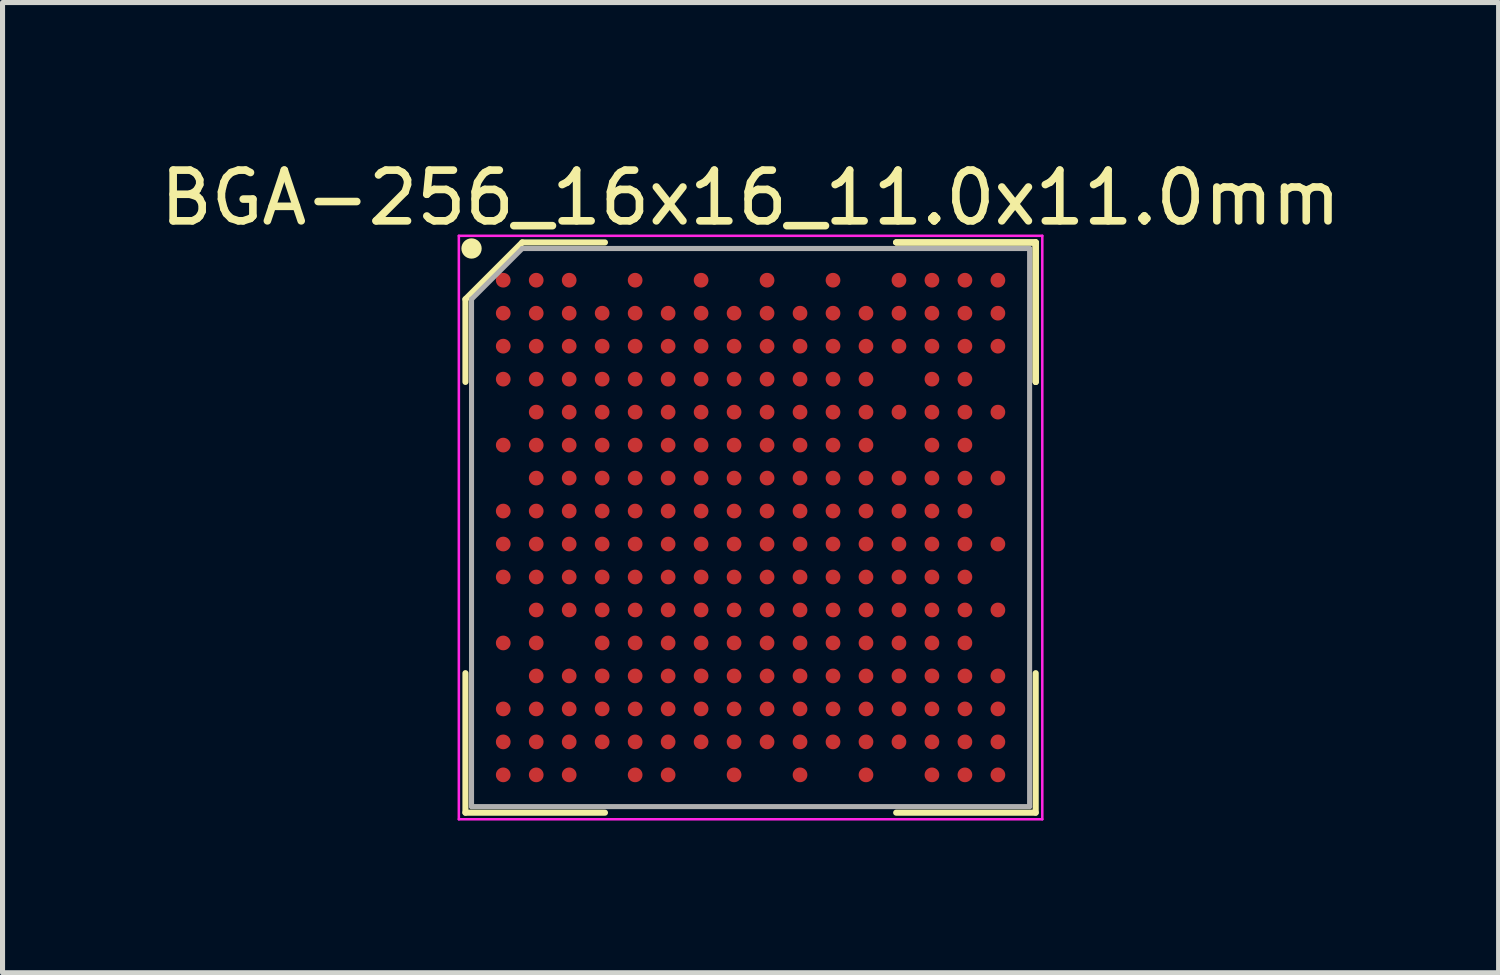
<source format=kicad_pcb>
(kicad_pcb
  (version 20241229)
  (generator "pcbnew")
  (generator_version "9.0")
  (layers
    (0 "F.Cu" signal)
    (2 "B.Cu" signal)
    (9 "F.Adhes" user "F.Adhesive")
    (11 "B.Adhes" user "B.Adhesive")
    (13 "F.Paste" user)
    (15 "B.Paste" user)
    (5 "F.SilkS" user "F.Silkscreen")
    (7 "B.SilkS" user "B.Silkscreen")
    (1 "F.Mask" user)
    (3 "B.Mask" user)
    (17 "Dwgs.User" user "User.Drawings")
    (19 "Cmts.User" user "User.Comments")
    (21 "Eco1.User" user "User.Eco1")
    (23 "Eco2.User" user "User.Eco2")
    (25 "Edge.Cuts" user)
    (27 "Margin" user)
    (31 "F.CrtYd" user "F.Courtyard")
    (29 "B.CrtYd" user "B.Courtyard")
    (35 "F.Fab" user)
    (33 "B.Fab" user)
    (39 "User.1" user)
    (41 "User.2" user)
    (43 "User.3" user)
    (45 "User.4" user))
  (footprint "BGA-256_16x16_11.0x11.0mm"
    (layer "F.Cu")
    (at 11.744 7.348)
    (property "Reference" "BGA-256_16x16_11.0x11.0mm" (at 0 -6.5 0) (layer "F.SilkS") (effects (font (size 1 1) (thickness 0.15))))
    (attr smd)
    (fp_line (start -5.62 -4.5) (end -5.62 -2.87) (stroke (width 0.12) (type solid)) (layer "F.SilkS"))
    (fp_line (start -5.62 5.62) (end -5.62 2.87) (stroke (width 0.12) (type solid)) (layer "F.SilkS"))
    (fp_line (start -4.5 -5.62) (end -5.62 -4.5) (stroke (width 0.12) (type solid)) (layer "F.SilkS"))
    (fp_line (start -2.87 -5.62) (end -4.5 -5.62) (stroke (width 0.12) (type solid)) (layer "F.SilkS"))
    (fp_line (start -2.87 5.62) (end -5.62 5.62) (stroke (width 0.12) (type solid)) (layer "F.SilkS"))
    (fp_line (start 2.87 -5.62) (end 5.62 -5.62) (stroke (width 0.12) (type solid)) (layer "F.SilkS"))
    (fp_line (start 2.87 -5.62) (end 5.62 -5.62) (stroke (width 0.12) (type solid)) (layer "F.SilkS"))
    (fp_line (start 2.87 -5.62) (end 5.62 -5.62) (stroke (width 0.12) (type solid)) (layer "F.SilkS"))
    (fp_line (start 2.87 5.62) (end 5.62 5.62) (stroke (width 0.12) (type solid)) (layer "F.SilkS"))
    (fp_line (start 5.62 -5.62) (end 5.62 -2.87) (stroke (width 0.12) (type solid)) (layer "F.SilkS"))
    (fp_line (start 5.62 -5.62) (end 5.62 -2.87) (stroke (width 0.12) (type solid)) (layer "F.SilkS"))
    (fp_line (start 5.62 -5.62) (end 5.62 -2.87) (stroke (width 0.12) (type solid)) (layer "F.SilkS"))
    (fp_line (start 5.62 5.62) (end 5.62 2.87) (stroke (width 0.12) (type solid)) (layer "F.SilkS"))
    (fp_circle (center -5.5 -5.5) (end -5.5 -5.4) (stroke (width 0.2) (type solid)) (fill no) (layer "F.SilkS"))
    (fp_line (start -5.75 -5.75) (end 5.75 -5.75) (stroke (width 0.05) (type solid)) (layer "F.CrtYd"))
    (fp_line (start -5.75 5.75) (end -5.75 -5.75) (stroke (width 0.05) (type solid)) (layer "F.CrtYd"))
    (fp_line (start 5.75 -5.75) (end 5.75 5.75) (stroke (width 0.05) (type solid)) (layer "F.CrtYd"))
    (fp_line (start 5.75 5.75) (end -5.75 5.75) (stroke (width 0.05) (type solid)) (layer "F.CrtYd"))
    (fp_line (start -5.5 -4.5) (end -5.5 5.5) (stroke (width 0.1) (type solid)) (layer "F.Fab"))
    (fp_line (start -5.5 5.5) (end 5.5 5.5) (stroke (width 0.1) (type solid)) (layer "F.Fab"))
    (fp_line (start -4.5 -5.5) (end -5.5 -4.5) (stroke (width 0.1) (type solid)) (layer "F.Fab"))
    (fp_line (start 5.5 -5.5) (end -4.5 -5.5) (stroke (width 0.1) (type solid)) (layer "F.Fab"))
    (fp_line (start 5.5 5.5) (end 5.5 -5.5) (stroke (width 0.1) (type solid)) (layer "F.Fab"))
    (pad "A1" smd circle (at -4.875 -4.875) (size 0.29 0.29) (layers "F.Cu" "F.Mask" "F.Paste"))
    (pad "A2" smd circle (at -4.225 -4.875) (size 0.29 0.29) (layers "F.Cu" "F.Mask" "F.Paste"))
    (pad "A3" smd circle (at -3.575 -4.875) (size 0.29 0.29) (layers "F.Cu" "F.Mask" "F.Paste"))
    (pad "A5" smd circle (at -2.275 -4.875) (size 0.29 0.29) (layers "F.Cu" "F.Mask" "F.Paste"))
    (pad "A7" smd circle (at -0.975 -4.875) (size 0.29 0.29) (layers "F.Cu" "F.Mask" "F.Paste"))
    (pad "A9" smd circle (at 0.325 -4.875) (size 0.29 0.29) (layers "F.Cu" "F.Mask" "F.Paste"))
    (pad "A11" smd circle (at 1.625 -4.875) (size 0.29 0.29) (layers "F.Cu" "F.Mask" "F.Paste"))
    (pad "A13" smd circle (at 2.925 -4.875) (size 0.29 0.29) (layers "F.Cu" "F.Mask" "F.Paste"))
    (pad "A14" smd circle (at 3.575 -4.875) (size 0.29 0.29) (layers "F.Cu" "F.Mask" "F.Paste"))
    (pad "A15" smd circle (at 4.225 -4.875) (size 0.29 0.29) (layers "F.Cu" "F.Mask" "F.Paste"))
    (pad "A16" smd circle (at 4.875 -4.875) (size 0.29 0.29) (layers "F.Cu" "F.Mask" "F.Paste"))
    (pad "B1" smd circle (at -4.875 -4.225) (size 0.29 0.29) (layers "F.Cu" "F.Mask" "F.Paste"))
    (pad "B2" smd circle (at -4.225 -4.225) (size 0.29 0.29) (layers "F.Cu" "F.Mask" "F.Paste"))
    (pad "B3" smd circle (at -3.575 -4.225) (size 0.29 0.29) (layers "F.Cu" "F.Mask" "F.Paste"))
    (pad "B4" smd circle (at -2.925 -4.225) (size 0.29 0.29) (layers "F.Cu" "F.Mask" "F.Paste"))
    (pad "B5" smd circle (at -2.275 -4.225) (size 0.29 0.29) (layers "F.Cu" "F.Mask" "F.Paste"))
    (pad "B6" smd circle (at -1.625 -4.225) (size 0.29 0.29) (layers "F.Cu" "F.Mask" "F.Paste"))
    (pad "B7" smd circle (at -0.975 -4.225) (size 0.29 0.29) (layers "F.Cu" "F.Mask" "F.Paste"))
    (pad "B8" smd circle (at -0.325 -4.225) (size 0.29 0.29) (layers "F.Cu" "F.Mask" "F.Paste"))
    (pad "B9" smd circle (at 0.325 -4.225) (size 0.29 0.29) (layers "F.Cu" "F.Mask" "F.Paste"))
    (pad "B10" smd circle (at 0.975 -4.225) (size 0.29 0.29) (layers "F.Cu" "F.Mask" "F.Paste"))
    (pad "B11" smd circle (at 1.625 -4.225) (size 0.29 0.29) (layers "F.Cu" "F.Mask" "F.Paste"))
    (pad "B12" smd circle (at 2.275 -4.225) (size 0.29 0.29) (layers "F.Cu" "F.Mask" "F.Paste"))
    (pad "B13" smd circle (at 2.925 -4.225) (size 0.29 0.29) (layers "F.Cu" "F.Mask" "F.Paste"))
    (pad "B14" smd circle (at 3.575 -4.225) (size 0.29 0.29) (layers "F.Cu" "F.Mask" "F.Paste"))
    (pad "B15" smd circle (at 4.225 -4.225) (size 0.29 0.29) (layers "F.Cu" "F.Mask" "F.Paste"))
    (pad "B16" smd circle (at 4.875 -4.225) (size 0.29 0.29) (layers "F.Cu" "F.Mask" "F.Paste"))
    (pad "C1" smd circle (at -4.875 -3.575) (size 0.29 0.29) (layers "F.Cu" "F.Mask" "F.Paste"))
    (pad "C2" smd circle (at -4.225 -3.575) (size 0.29 0.29) (layers "F.Cu" "F.Mask" "F.Paste"))
    (pad "C3" smd circle (at -3.575 -3.575) (size 0.29 0.29) (layers "F.Cu" "F.Mask" "F.Paste"))
    (pad "C4" smd circle (at -2.925 -3.575) (size 0.29 0.29) (layers "F.Cu" "F.Mask" "F.Paste"))
    (pad "C5" smd circle (at -2.275 -3.575) (size 0.29 0.29) (layers "F.Cu" "F.Mask" "F.Paste"))
    (pad "C6" smd circle (at -1.625 -3.575) (size 0.29 0.29) (layers "F.Cu" "F.Mask" "F.Paste"))
    (pad "C7" smd circle (at -0.975 -3.575) (size 0.29 0.29) (layers "F.Cu" "F.Mask" "F.Paste"))
    (pad "C8" smd circle (at -0.325 -3.575) (size 0.29 0.29) (layers "F.Cu" "F.Mask" "F.Paste"))
    (pad "C9" smd circle (at 0.325 -3.575) (size 0.29 0.29) (layers "F.Cu" "F.Mask" "F.Paste"))
    (pad "C10" smd circle (at 0.975 -3.575) (size 0.29 0.29) (layers "F.Cu" "F.Mask" "F.Paste"))
    (pad "C11" smd circle (at 1.625 -3.575) (size 0.29 0.29) (layers "F.Cu" "F.Mask" "F.Paste"))
    (pad "C12" smd circle (at 2.275 -3.575) (size 0.29 0.29) (layers "F.Cu" "F.Mask" "F.Paste"))
    (pad "C13" smd circle (at 2.925 -3.575) (size 0.29 0.29) (layers "F.Cu" "F.Mask" "F.Paste"))
    (pad "C14" smd circle (at 3.575 -3.575) (size 0.29 0.29) (layers "F.Cu" "F.Mask" "F.Paste"))
    (pad "C15" smd circle (at 4.225 -3.575) (size 0.29 0.29) (layers "F.Cu" "F.Mask" "F.Paste"))
    (pad "C16" smd circle (at 4.875 -3.575) (size 0.29 0.29) (layers "F.Cu" "F.Mask" "F.Paste"))
    (pad "D1" smd circle (at -4.875 -2.925) (size 0.29 0.29) (layers "F.Cu" "F.Mask" "F.Paste"))
    (pad "D2" smd circle (at -4.225 -2.925) (size 0.29 0.29) (layers "F.Cu" "F.Mask" "F.Paste"))
    (pad "D3" smd circle (at -3.575 -2.925) (size 0.29 0.29) (layers "F.Cu" "F.Mask" "F.Paste"))
    (pad "D4" smd circle (at -2.925 -2.925) (size 0.29 0.29) (layers "F.Cu" "F.Mask" "F.Paste"))
    (pad "D5" smd circle (at -2.275 -2.925) (size 0.29 0.29) (layers "F.Cu" "F.Mask" "F.Paste"))
    (pad "D6" smd circle (at -1.625 -2.925) (size 0.29 0.29) (layers "F.Cu" "F.Mask" "F.Paste"))
    (pad "D7" smd circle (at -0.975 -2.925) (size 0.29 0.29) (layers "F.Cu" "F.Mask" "F.Paste"))
    (pad "D8" smd circle (at -0.325 -2.925) (size 0.29 0.29) (layers "F.Cu" "F.Mask" "F.Paste"))
    (pad "D9" smd circle (at 0.325 -2.925) (size 0.29 0.29) (layers "F.Cu" "F.Mask" "F.Paste"))
    (pad "D10" smd circle (at 0.975 -2.925) (size 0.29 0.29) (layers "F.Cu" "F.Mask" "F.Paste"))
    (pad "D11" smd circle (at 1.625 -2.925) (size 0.29 0.29) (layers "F.Cu" "F.Mask" "F.Paste"))
    (pad "D12" smd circle (at 2.275 -2.925) (size 0.29 0.29) (layers "F.Cu" "F.Mask" "F.Paste"))
    (pad "D14" smd circle (at 3.575 -2.925) (size 0.29 0.29) (layers "F.Cu" "F.Mask" "F.Paste"))
    (pad "D15" smd circle (at 4.225 -2.925) (size 0.29 0.29) (layers "F.Cu" "F.Mask" "F.Paste"))
    (pad "E2" smd circle (at -4.225 -2.275) (size 0.29 0.29) (layers "F.Cu" "F.Mask" "F.Paste"))
    (pad "E3" smd circle (at -3.575 -2.275) (size 0.29 0.29) (layers "F.Cu" "F.Mask" "F.Paste"))
    (pad "E4" smd circle (at -2.925 -2.275) (size 0.29 0.29) (layers "F.Cu" "F.Mask" "F.Paste"))
    (pad "E5" smd circle (at -2.275 -2.275) (size 0.29 0.29) (layers "F.Cu" "F.Mask" "F.Paste"))
    (pad "E6" smd circle (at -1.625 -2.275) (size 0.29 0.29) (layers "F.Cu" "F.Mask" "F.Paste"))
    (pad "E7" smd circle (at -0.975 -2.275) (size 0.29 0.29) (layers "F.Cu" "F.Mask" "F.Paste"))
    (pad "E8" smd circle (at -0.325 -2.275) (size 0.29 0.29) (layers "F.Cu" "F.Mask" "F.Paste"))
    (pad "E9" smd circle (at 0.325 -2.275) (size 0.29 0.29) (layers "F.Cu" "F.Mask" "F.Paste"))
    (pad "E10" smd circle (at 0.975 -2.275) (size 0.29 0.29) (layers "F.Cu" "F.Mask" "F.Paste"))
    (pad "E11" smd circle (at 1.625 -2.275) (size 0.29 0.29) (layers "F.Cu" "F.Mask" "F.Paste"))
    (pad "E12" smd circle (at 2.275 -2.275) (size 0.29 0.29) (layers "F.Cu" "F.Mask" "F.Paste"))
    (pad "E13" smd circle (at 2.925 -2.275) (size 0.29 0.29) (layers "F.Cu" "F.Mask" "F.Paste"))
    (pad "E14" smd circle (at 3.575 -2.275) (size 0.29 0.29) (layers "F.Cu" "F.Mask" "F.Paste"))
    (pad "E15" smd circle (at 4.225 -2.275) (size 0.29 0.29) (layers "F.Cu" "F.Mask" "F.Paste"))
    (pad "E16" smd circle (at 4.875 -2.275) (size 0.29 0.29) (layers "F.Cu" "F.Mask" "F.Paste"))
    (pad "F1" smd circle (at -4.875 -1.625) (size 0.29 0.29) (layers "F.Cu" "F.Mask" "F.Paste"))
    (pad "F2" smd circle (at -4.225 -1.625) (size 0.29 0.29) (layers "F.Cu" "F.Mask" "F.Paste"))
    (pad "F3" smd circle (at -3.575 -1.625) (size 0.29 0.29) (layers "F.Cu" "F.Mask" "F.Paste"))
    (pad "F4" smd circle (at -2.925 -1.625) (size 0.29 0.29) (layers "F.Cu" "F.Mask" "F.Paste"))
    (pad "F5" smd circle (at -2.275 -1.625) (size 0.29 0.29) (layers "F.Cu" "F.Mask" "F.Paste"))
    (pad "F6" smd circle (at -1.625 -1.625) (size 0.29 0.29) (layers "F.Cu" "F.Mask" "F.Paste"))
    (pad "F7" smd circle (at -0.975 -1.625) (size 0.29 0.29) (layers "F.Cu" "F.Mask" "F.Paste"))
    (pad "F8" smd circle (at -0.325 -1.625) (size 0.29 0.29) (layers "F.Cu" "F.Mask" "F.Paste"))
    (pad "F9" smd circle (at 0.325 -1.625) (size 0.29 0.29) (layers "F.Cu" "F.Mask" "F.Paste"))
    (pad "F10" smd circle (at 0.975 -1.625) (size 0.29 0.29) (layers "F.Cu" "F.Mask" "F.Paste"))
    (pad "F11" smd circle (at 1.625 -1.625) (size 0.29 0.29) (layers "F.Cu" "F.Mask" "F.Paste"))
    (pad "F12" smd circle (at 2.275 -1.625) (size 0.29 0.29) (layers "F.Cu" "F.Mask" "F.Paste"))
    (pad "F14" smd circle (at 3.575 -1.625) (size 0.29 0.29) (layers "F.Cu" "F.Mask" "F.Paste"))
    (pad "F15" smd circle (at 4.225 -1.625) (size 0.29 0.29) (layers "F.Cu" "F.Mask" "F.Paste"))
    (pad "G2" smd circle (at -4.225 -0.975) (size 0.29 0.29) (layers "F.Cu" "F.Mask" "F.Paste"))
    (pad "G3" smd circle (at -3.575 -0.975) (size 0.29 0.29) (layers "F.Cu" "F.Mask" "F.Paste"))
    (pad "G4" smd circle (at -2.925 -0.975) (size 0.29 0.29) (layers "F.Cu" "F.Mask" "F.Paste"))
    (pad "G5" smd circle (at -2.275 -0.975) (size 0.29 0.29) (layers "F.Cu" "F.Mask" "F.Paste"))
    (pad "G6" smd circle (at -1.625 -0.975) (size 0.29 0.29) (layers "F.Cu" "F.Mask" "F.Paste"))
    (pad "G7" smd circle (at -0.975 -0.975) (size 0.29 0.29) (layers "F.Cu" "F.Mask" "F.Paste"))
    (pad "G8" smd circle (at -0.325 -0.975) (size 0.29 0.29) (layers "F.Cu" "F.Mask" "F.Paste"))
    (pad "G9" smd circle (at 0.325 -0.975) (size 0.29 0.29) (layers "F.Cu" "F.Mask" "F.Paste"))
    (pad "G10" smd circle (at 0.975 -0.975) (size 0.29 0.29) (layers "F.Cu" "F.Mask" "F.Paste"))
    (pad "G11" smd circle (at 1.625 -0.975) (size 0.29 0.29) (layers "F.Cu" "F.Mask" "F.Paste"))
    (pad "G12" smd circle (at 2.275 -0.975) (size 0.29 0.29) (layers "F.Cu" "F.Mask" "F.Paste"))
    (pad "G13" smd circle (at 2.925 -0.975) (size 0.29 0.29) (layers "F.Cu" "F.Mask" "F.Paste"))
    (pad "G14" smd circle (at 3.575 -0.975) (size 0.29 0.29) (layers "F.Cu" "F.Mask" "F.Paste"))
    (pad "G15" smd circle (at 4.225 -0.975) (size 0.29 0.29) (layers "F.Cu" "F.Mask" "F.Paste"))
    (pad "G16" smd circle (at 4.875 -0.975) (size 0.29 0.29) (layers "F.Cu" "F.Mask" "F.Paste"))
    (pad "H1" smd circle (at -4.875 -0.325) (size 0.29 0.29) (layers "F.Cu" "F.Mask" "F.Paste"))
    (pad "H2" smd circle (at -4.225 -0.325) (size 0.29 0.29) (layers "F.Cu" "F.Mask" "F.Paste"))
    (pad "H3" smd circle (at -3.575 -0.325) (size 0.29 0.29) (layers "F.Cu" "F.Mask" "F.Paste"))
    (pad "H4" smd circle (at -2.925 -0.325) (size 0.29 0.29) (layers "F.Cu" "F.Mask" "F.Paste"))
    (pad "H5" smd circle (at -2.275 -0.325) (size 0.29 0.29) (layers "F.Cu" "F.Mask" "F.Paste"))
    (pad "H6" smd circle (at -1.625 -0.325) (size 0.29 0.29) (layers "F.Cu" "F.Mask" "F.Paste"))
    (pad "H7" smd circle (at -0.975 -0.325) (size 0.29 0.29) (layers "F.Cu" "F.Mask" "F.Paste"))
    (pad "H8" smd circle (at -0.325 -0.325) (size 0.29 0.29) (layers "F.Cu" "F.Mask" "F.Paste"))
    (pad "H9" smd circle (at 0.325 -0.325) (size 0.29 0.29) (layers "F.Cu" "F.Mask" "F.Paste"))
    (pad "H10" smd circle (at 0.975 -0.325) (size 0.29 0.29) (layers "F.Cu" "F.Mask" "F.Paste"))
    (pad "H11" smd circle (at 1.625 -0.325) (size 0.29 0.29) (layers "F.Cu" "F.Mask" "F.Paste"))
    (pad "H12" smd circle (at 2.275 -0.325) (size 0.29 0.29) (layers "F.Cu" "F.Mask" "F.Paste"))
    (pad "H13" smd circle (at 2.925 -0.325) (size 0.29 0.29) (layers "F.Cu" "F.Mask" "F.Paste"))
    (pad "H14" smd circle (at 3.575 -0.325) (size 0.29 0.29) (layers "F.Cu" "F.Mask" "F.Paste"))
    (pad "H15" smd circle (at 4.225 -0.325) (size 0.29 0.29) (layers "F.Cu" "F.Mask" "F.Paste"))
    (pad "J1" smd circle (at -4.875 0.325) (size 0.29 0.29) (layers "F.Cu" "F.Mask" "F.Paste"))
    (pad "J2" smd circle (at -4.225 0.325) (size 0.29 0.29) (layers "F.Cu" "F.Mask" "F.Paste"))
    (pad "J3" smd circle (at -3.575 0.325) (size 0.29 0.29) (layers "F.Cu" "F.Mask" "F.Paste"))
    (pad "J4" smd circle (at -2.925 0.325) (size 0.29 0.29) (layers "F.Cu" "F.Mask" "F.Paste"))
    (pad "J5" smd circle (at -2.275 0.325) (size 0.29 0.29) (layers "F.Cu" "F.Mask" "F.Paste"))
    (pad "J6" smd circle (at -1.625 0.325) (size 0.29 0.29) (layers "F.Cu" "F.Mask" "F.Paste"))
    (pad "J7" smd circle (at -0.975 0.325) (size 0.29 0.29) (layers "F.Cu" "F.Mask" "F.Paste"))
    (pad "J8" smd circle (at -0.325 0.325) (size 0.29 0.29) (layers "F.Cu" "F.Mask" "F.Paste"))
    (pad "J9" smd circle (at 0.325 0.325) (size 0.29 0.29) (layers "F.Cu" "F.Mask" "F.Paste"))
    (pad "J10" smd circle (at 0.975 0.325) (size 0.29 0.29) (layers "F.Cu" "F.Mask" "F.Paste"))
    (pad "J11" smd circle (at 1.625 0.325) (size 0.29 0.29) (layers "F.Cu" "F.Mask" "F.Paste"))
    (pad "J12" smd circle (at 2.275 0.325) (size 0.29 0.29) (layers "F.Cu" "F.Mask" "F.Paste"))
    (pad "J13" smd circle (at 2.925 0.325) (size 0.29 0.29) (layers "F.Cu" "F.Mask" "F.Paste"))
    (pad "J14" smd circle (at 3.575 0.325) (size 0.29 0.29) (layers "F.Cu" "F.Mask" "F.Paste"))
    (pad "J15" smd circle (at 4.225 0.325) (size 0.29 0.29) (layers "F.Cu" "F.Mask" "F.Paste"))
    (pad "J16" smd circle (at 4.875 0.325) (size 0.29 0.29) (layers "F.Cu" "F.Mask" "F.Paste"))
    (pad "K1" smd circle (at -4.875 0.975) (size 0.29 0.29) (layers "F.Cu" "F.Mask" "F.Paste"))
    (pad "K2" smd circle (at -4.225 0.975) (size 0.29 0.29) (layers "F.Cu" "F.Mask" "F.Paste"))
    (pad "K3" smd circle (at -3.575 0.975) (size 0.29 0.29) (layers "F.Cu" "F.Mask" "F.Paste"))
    (pad "K4" smd circle (at -2.925 0.975) (size 0.29 0.29) (layers "F.Cu" "F.Mask" "F.Paste"))
    (pad "K5" smd circle (at -2.275 0.975) (size 0.29 0.29) (layers "F.Cu" "F.Mask" "F.Paste"))
    (pad "K6" smd circle (at -1.625 0.975) (size 0.29 0.29) (layers "F.Cu" "F.Mask" "F.Paste"))
    (pad "K7" smd circle (at -0.975 0.975) (size 0.29 0.29) (layers "F.Cu" "F.Mask" "F.Paste"))
    (pad "K8" smd circle (at -0.325 0.975) (size 0.29 0.29) (layers "F.Cu" "F.Mask" "F.Paste"))
    (pad "K9" smd circle (at 0.325 0.975) (size 0.29 0.29) (layers "F.Cu" "F.Mask" "F.Paste"))
    (pad "K10" smd circle (at 0.975 0.975) (size 0.29 0.29) (layers "F.Cu" "F.Mask" "F.Paste"))
    (pad "K11" smd circle (at 1.625 0.975) (size 0.29 0.29) (layers "F.Cu" "F.Mask" "F.Paste"))
    (pad "K12" smd circle (at 2.275 0.975) (size 0.29 0.29) (layers "F.Cu" "F.Mask" "F.Paste"))
    (pad "K13" smd circle (at 2.925 0.975) (size 0.29 0.29) (layers "F.Cu" "F.Mask" "F.Paste"))
    (pad "K14" smd circle (at 3.575 0.975) (size 0.29 0.29) (layers "F.Cu" "F.Mask" "F.Paste"))
    (pad "K15" smd circle (at 4.225 0.975) (size 0.29 0.29) (layers "F.Cu" "F.Mask" "F.Paste"))
    (pad "L2" smd circle (at -4.225 1.625) (size 0.29 0.29) (layers "F.Cu" "F.Mask" "F.Paste"))
    (pad "L3" smd circle (at -3.575 1.625) (size 0.29 0.29) (layers "F.Cu" "F.Mask" "F.Paste"))
    (pad "L4" smd circle (at -2.925 1.625) (size 0.29 0.29) (layers "F.Cu" "F.Mask" "F.Paste"))
    (pad "L5" smd circle (at -2.275 1.625) (size 0.29 0.29) (layers "F.Cu" "F.Mask" "F.Paste"))
    (pad "L6" smd circle (at -1.625 1.625) (size 0.29 0.29) (layers "F.Cu" "F.Mask" "F.Paste"))
    (pad "L7" smd circle (at -0.975 1.625) (size 0.29 0.29) (layers "F.Cu" "F.Mask" "F.Paste"))
    (pad "L8" smd circle (at -0.325 1.625) (size 0.29 0.29) (layers "F.Cu" "F.Mask" "F.Paste"))
    (pad "L9" smd circle (at 0.325 1.625) (size 0.29 0.29) (layers "F.Cu" "F.Mask" "F.Paste"))
    (pad "L10" smd circle (at 0.975 1.625) (size 0.29 0.29) (layers "F.Cu" "F.Mask" "F.Paste"))
    (pad "L11" smd circle (at 1.625 1.625) (size 0.29 0.29) (layers "F.Cu" "F.Mask" "F.Paste"))
    (pad "L12" smd circle (at 2.275 1.625) (size 0.29 0.29) (layers "F.Cu" "F.Mask" "F.Paste"))
    (pad "L13" smd circle (at 2.925 1.625) (size 0.29 0.29) (layers "F.Cu" "F.Mask" "F.Paste"))
    (pad "L14" smd circle (at 3.575 1.625) (size 0.29 0.29) (layers "F.Cu" "F.Mask" "F.Paste"))
    (pad "L15" smd circle (at 4.225 1.625) (size 0.29 0.29) (layers "F.Cu" "F.Mask" "F.Paste"))
    (pad "L16" smd circle (at 4.875 1.625) (size 0.29 0.29) (layers "F.Cu" "F.Mask" "F.Paste"))
    (pad "M1" smd circle (at -4.875 2.275) (size 0.29 0.29) (layers "F.Cu" "F.Mask" "F.Paste"))
    (pad "M2" smd circle (at -4.225 2.275) (size 0.29 0.29) (layers "F.Cu" "F.Mask" "F.Paste"))
    (pad "M4" smd circle (at -2.925 2.275) (size 0.29 0.29) (layers "F.Cu" "F.Mask" "F.Paste"))
    (pad "M5" smd circle (at -2.275 2.275) (size 0.29 0.29) (layers "F.Cu" "F.Mask" "F.Paste"))
    (pad "M6" smd circle (at -1.625 2.275) (size 0.29 0.29) (layers "F.Cu" "F.Mask" "F.Paste"))
    (pad "M7" smd circle (at -0.975 2.275) (size 0.29 0.29) (layers "F.Cu" "F.Mask" "F.Paste"))
    (pad "M8" smd circle (at -0.325 2.275) (size 0.29 0.29) (layers "F.Cu" "F.Mask" "F.Paste"))
    (pad "M9" smd circle (at 0.325 2.275) (size 0.29 0.29) (layers "F.Cu" "F.Mask" "F.Paste"))
    (pad "M10" smd circle (at 0.975 2.275) (size 0.29 0.29) (layers "F.Cu" "F.Mask" "F.Paste"))
    (pad "M11" smd circle (at 1.625 2.275) (size 0.29 0.29) (layers "F.Cu" "F.Mask" "F.Paste"))
    (pad "M12" smd circle (at 2.275 2.275) (size 0.29 0.29) (layers "F.Cu" "F.Mask" "F.Paste"))
    (pad "M13" smd circle (at 2.925 2.275) (size 0.29 0.29) (layers "F.Cu" "F.Mask" "F.Paste"))
    (pad "M14" smd circle (at 3.575 2.275) (size 0.29 0.29) (layers "F.Cu" "F.Mask" "F.Paste"))
    (pad "M15" smd circle (at 4.225 2.275) (size 0.29 0.29) (layers "F.Cu" "F.Mask" "F.Paste"))
    (pad "N2" smd circle (at -4.225 2.925) (size 0.29 0.29) (layers "F.Cu" "F.Mask" "F.Paste"))
    (pad "N3" smd circle (at -3.575 2.925) (size 0.29 0.29) (layers "F.Cu" "F.Mask" "F.Paste"))
    (pad "N4" smd circle (at -2.925 2.925) (size 0.29 0.29) (layers "F.Cu" "F.Mask" "F.Paste"))
    (pad "N5" smd circle (at -2.275 2.925) (size 0.29 0.29) (layers "F.Cu" "F.Mask" "F.Paste"))
    (pad "N6" smd circle (at -1.625 2.925) (size 0.29 0.29) (layers "F.Cu" "F.Mask" "F.Paste"))
    (pad "N7" smd circle (at -0.975 2.925) (size 0.29 0.29) (layers "F.Cu" "F.Mask" "F.Paste"))
    (pad "N8" smd circle (at -0.325 2.925) (size 0.29 0.29) (layers "F.Cu" "F.Mask" "F.Paste"))
    (pad "N9" smd circle (at 0.325 2.925) (size 0.29 0.29) (layers "F.Cu" "F.Mask" "F.Paste"))
    (pad "N10" smd circle (at 0.975 2.925) (size 0.29 0.29) (layers "F.Cu" "F.Mask" "F.Paste"))
    (pad "N11" smd circle (at 1.625 2.925) (size 0.29 0.29) (layers "F.Cu" "F.Mask" "F.Paste"))
    (pad "N12" smd circle (at 2.275 2.925) (size 0.29 0.29) (layers "F.Cu" "F.Mask" "F.Paste"))
    (pad "N13" smd circle (at 2.925 2.925) (size 0.29 0.29) (layers "F.Cu" "F.Mask" "F.Paste"))
    (pad "N14" smd circle (at 3.575 2.925) (size 0.29 0.29) (layers "F.Cu" "F.Mask" "F.Paste"))
    (pad "N15" smd circle (at 4.225 2.925) (size 0.29 0.29) (layers "F.Cu" "F.Mask" "F.Paste"))
    (pad "N16" smd circle (at 4.875 2.925) (size 0.29 0.29) (layers "F.Cu" "F.Mask" "F.Paste"))
    (pad "P1" smd circle (at -4.875 3.575) (size 0.29 0.29) (layers "F.Cu" "F.Mask" "F.Paste"))
    (pad "P2" smd circle (at -4.225 3.575) (size 0.29 0.29) (layers "F.Cu" "F.Mask" "F.Paste"))
    (pad "P3" smd circle (at -3.575 3.575) (size 0.29 0.29) (layers "F.Cu" "F.Mask" "F.Paste"))
    (pad "P4" smd circle (at -2.925 3.575) (size 0.29 0.29) (layers "F.Cu" "F.Mask" "F.Paste"))
    (pad "P5" smd circle (at -2.275 3.575) (size 0.29 0.29) (layers "F.Cu" "F.Mask" "F.Paste"))
    (pad "P6" smd circle (at -1.625 3.575) (size 0.29 0.29) (layers "F.Cu" "F.Mask" "F.Paste"))
    (pad "P7" smd circle (at -0.975 3.575) (size 0.29 0.29) (layers "F.Cu" "F.Mask" "F.Paste"))
    (pad "P8" smd circle (at -0.325 3.575) (size 0.29 0.29) (layers "F.Cu" "F.Mask" "F.Paste"))
    (pad "P9" smd circle (at 0.325 3.575) (size 0.29 0.29) (layers "F.Cu" "F.Mask" "F.Paste"))
    (pad "P10" smd circle (at 0.975 3.575) (size 0.29 0.29) (layers "F.Cu" "F.Mask" "F.Paste"))
    (pad "P11" smd circle (at 1.625 3.575) (size 0.29 0.29) (layers "F.Cu" "F.Mask" "F.Paste"))
    (pad "P12" smd circle (at 2.275 3.575) (size 0.29 0.29) (layers "F.Cu" "F.Mask" "F.Paste"))
    (pad "P13" smd circle (at 2.925 3.575) (size 0.29 0.29) (layers "F.Cu" "F.Mask" "F.Paste"))
    (pad "P14" smd circle (at 3.575 3.575) (size 0.29 0.29) (layers "F.Cu" "F.Mask" "F.Paste"))
    (pad "P15" smd circle (at 4.225 3.575) (size 0.29 0.29) (layers "F.Cu" "F.Mask" "F.Paste"))
    (pad "P16" smd circle (at 4.875 3.575) (size 0.29 0.29) (layers "F.Cu" "F.Mask" "F.Paste"))
    (pad "R1" smd circle (at -4.875 4.225) (size 0.29 0.29) (layers "F.Cu" "F.Mask" "F.Paste"))
    (pad "R2" smd circle (at -4.225 4.225) (size 0.29 0.29) (layers "F.Cu" "F.Mask" "F.Paste"))
    (pad "R3" smd circle (at -3.575 4.225) (size 0.29 0.29) (layers "F.Cu" "F.Mask" "F.Paste"))
    (pad "R4" smd circle (at -2.925 4.225) (size 0.29 0.29) (layers "F.Cu" "F.Mask" "F.Paste"))
    (pad "R5" smd circle (at -2.275 4.225) (size 0.29 0.29) (layers "F.Cu" "F.Mask" "F.Paste"))
    (pad "R6" smd circle (at -1.625 4.225) (size 0.29 0.29) (layers "F.Cu" "F.Mask" "F.Paste"))
    (pad "R7" smd circle (at -0.975 4.225) (size 0.29 0.29) (layers "F.Cu" "F.Mask" "F.Paste"))
    (pad "R8" smd circle (at -0.325 4.225) (size 0.29 0.29) (layers "F.Cu" "F.Mask" "F.Paste"))
    (pad "R9" smd circle (at 0.325 4.225) (size 0.29 0.29) (layers "F.Cu" "F.Mask" "F.Paste"))
    (pad "R10" smd circle (at 0.975 4.225) (size 0.29 0.29) (layers "F.Cu" "F.Mask" "F.Paste"))
    (pad "R11" smd circle (at 1.625 4.225) (size 0.29 0.29) (layers "F.Cu" "F.Mask" "F.Paste"))
    (pad "R12" smd circle (at 2.275 4.225) (size 0.29 0.29) (layers "F.Cu" "F.Mask" "F.Paste"))
    (pad "R13" smd circle (at 2.925 4.225) (size 0.29 0.29) (layers "F.Cu" "F.Mask" "F.Paste"))
    (pad "R14" smd circle (at 3.575 4.225) (size 0.29 0.29) (layers "F.Cu" "F.Mask" "F.Paste"))
    (pad "R15" smd circle (at 4.225 4.225) (size 0.29 0.29) (layers "F.Cu" "F.Mask" "F.Paste"))
    (pad "R16" smd circle (at 4.875 4.225) (size 0.29 0.29) (layers "F.Cu" "F.Mask" "F.Paste"))
    (pad "T1" smd circle (at -4.875 4.875) (size 0.29 0.29) (layers "F.Cu" "F.Mask" "F.Paste"))
    (pad "T2" smd circle (at -4.225 4.875) (size 0.29 0.29) (layers "F.Cu" "F.Mask" "F.Paste"))
    (pad "T3" smd circle (at -3.575 4.875) (size 0.29 0.29) (layers "F.Cu" "F.Mask" "F.Paste"))
    (pad "T5" smd circle (at -2.275 4.875) (size 0.29 0.29) (layers "F.Cu" "F.Mask" "F.Paste"))
    (pad "T6" smd circle (at -1.625 4.875) (size 0.29 0.29) (layers "F.Cu" "F.Mask" "F.Paste"))
    (pad "T8" smd circle (at -0.325 4.875) (size 0.29 0.29) (layers "F.Cu" "F.Mask" "F.Paste"))
    (pad "T10" smd circle (at 0.975 4.875) (size 0.29 0.29) (layers "F.Cu" "F.Mask" "F.Paste"))
    (pad "T12" smd circle (at 2.275 4.875) (size 0.29 0.29) (layers "F.Cu" "F.Mask" "F.Paste"))
    (pad "T14" smd circle (at 3.575 4.875) (size 0.29 0.29) (layers "F.Cu" "F.Mask" "F.Paste"))
    (pad "T15" smd circle (at 4.225 4.875) (size 0.29 0.29) (layers "F.Cu" "F.Mask" "F.Paste"))
    (pad "T16" smd circle (at 4.875 4.875) (size 0.29 0.29) (layers "F.Cu" "F.Mask" "F.Paste")))
  (gr_rect
    (start -3 -3)
    (end 26.488 16.123)
    (stroke (width 0.1) (type default))
    (fill no)
    (layer "Edge.Cuts")))
</source>
